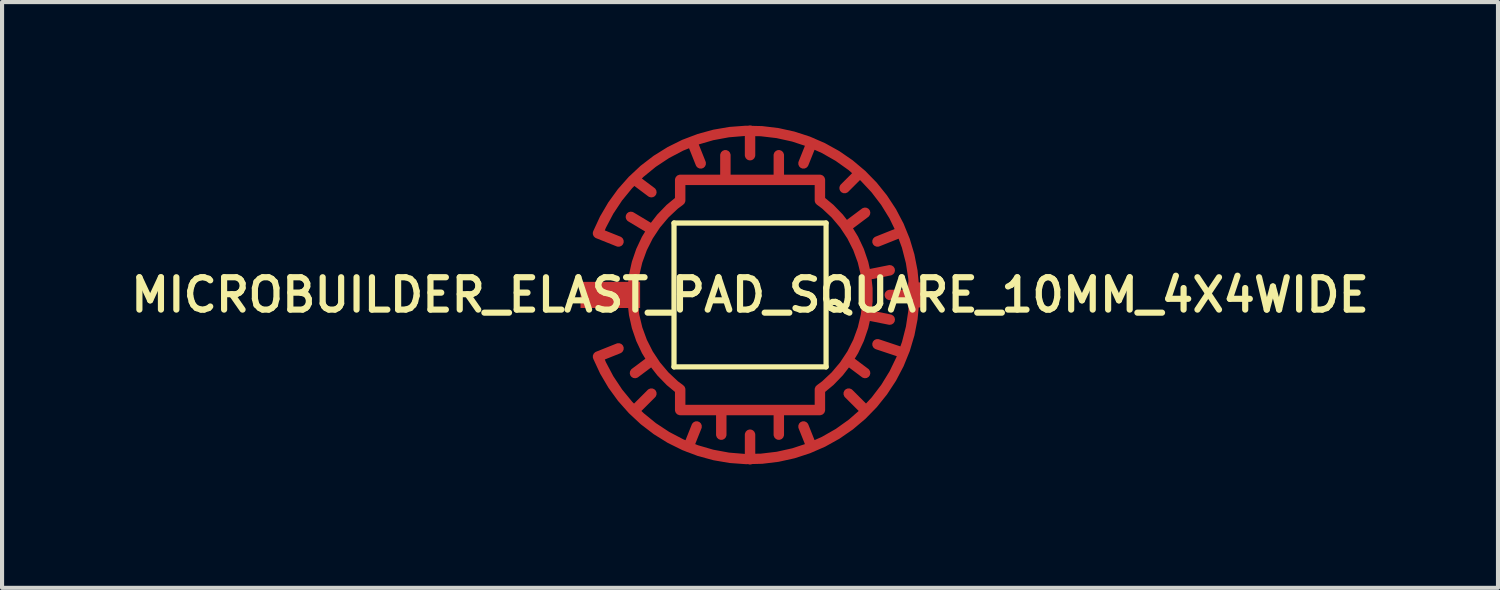
<source format=kicad_pcb>
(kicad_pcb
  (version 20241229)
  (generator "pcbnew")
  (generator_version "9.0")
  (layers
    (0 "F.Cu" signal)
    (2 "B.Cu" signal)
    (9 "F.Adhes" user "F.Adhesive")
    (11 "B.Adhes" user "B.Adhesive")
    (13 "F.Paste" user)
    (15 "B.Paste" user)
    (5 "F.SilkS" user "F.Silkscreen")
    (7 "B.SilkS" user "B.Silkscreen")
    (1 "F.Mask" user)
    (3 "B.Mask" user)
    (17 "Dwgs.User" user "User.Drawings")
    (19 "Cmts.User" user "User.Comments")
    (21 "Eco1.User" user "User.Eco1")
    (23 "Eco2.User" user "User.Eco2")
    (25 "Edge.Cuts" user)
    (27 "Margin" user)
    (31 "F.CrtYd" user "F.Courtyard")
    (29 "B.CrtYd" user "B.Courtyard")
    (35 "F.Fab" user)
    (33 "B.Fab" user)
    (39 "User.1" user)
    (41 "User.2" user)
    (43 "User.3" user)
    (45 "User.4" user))
  (footprint "MICROBUILDER_ELAST_PAD_SQUARE_10MM_4X4WIDE"
    (layer "F.Cu")
    (at 15.201 4.127)
    (property "Reference" "MICROBUILDER_ELAST_PAD_SQUARE_10MM_4X4WIDE" (at 0 0 0) (layer "F.SilkS") (effects (font (size 0.787 0.787) (thickness 0.15))))
    (attr through_hole)
    (fp_circle (center 0 0) (end 3.421 0) (stroke (width 1.4) (type solid)) (fill no) (layer "F.Mask"))
    (fp_line (start -1.85 -1.75) (end -1.85 1.75) (stroke (width 0.127) (type solid)) (layer "F.SilkS"))
    (fp_line (start -1.85 1.75) (end 1.85 1.75) (stroke (width 0.127) (type solid)) (layer "F.SilkS"))
    (fp_line (start 1.85 -1.75) (end -1.85 -1.75) (stroke (width 0.127) (type solid)) (layer "F.SilkS"))
    (fp_line (start 1.85 1.75) (end 1.85 -1.75) (stroke (width 0.127) (type solid)) (layer "F.SilkS"))
    (pad "1" smd custom (at -3.4 0) (size 1.45 0.635) (layers "F.Cu" "F.Mask") (options (anchor rect)) (primitives (gr_arc (start 1.7 2.3) (mid 0.539925 0.001547) (end 1.697513 -2.29816) (width 0.254)) (gr_line (start 1 1.6) (end 0.6 1.9) (width 0.254)) (gr_line (start 1.7 -2.3) (end 1.7 -2.8) (width 0.254)) (gr_line (start 2.8 -2.8) (end 1.7 -2.8) (width 0.254)) (gr_line (start 2.8 -2.8) (end 2.8 -3.4) (width 0.254)) (gr_line (start 4.1 -2.8) (end 2.8 -2.8) (width 0.254)) (gr_line (start 4.1 -2.8) (end 4.1 -3.4) (width 0.254)) (gr_line (start 1 -1.6) (end 0.5 -1.9) (width 0.254)) (gr_line (start 1.7 2.3) (end 1.7 2.8) (width 0.254)) (gr_line (start 2.7 2.8) (end 1.7 2.8) (width 0.254)) (gr_line (start 2.7 2.8) (end 2.7 3.4) (width 0.254)) (gr_line (start 4.1 2.8) (end 2.7 2.8) (width 0.254)) (gr_line (start 4.1 2.8) (end 4.1 3.4) (width 0.254)) (gr_line (start 5.1 2.8) (end 4.1 2.8) (width 0.254)) (gr_line (start 5.1 2.3) (end 5.1 2.8) (width 0.254)) (gr_line (start 5.1 -2.8) (end 4.1 -2.8) (width 0.254)) (gr_line (start 5.1 -2.3) (end 5.1 -2.8) (width 0.254)) (gr_arc (start 5.1 -2.3) (mid 6.260075 -0.001547) (end 5.102487 2.29816) (width 0.254)) (gr_line (start 6.3 -0.5) (end 6.8 -0.6) (width 0.254)) (gr_line (start 5.8 1.6) (end 6.2 1.9) (width 0.254)) (gr_line (start 6.3 0.5) (end 6.8 0.6) (width 0.254)) (gr_line (start 5.8 -1.7) (end 6.2 -2) (width 0.254))))
    (pad "2" smd custom (at 4 0 90) (size 0.61 0.305) (layers "F.Cu" "F.Mask") (options (anchor rect)) (primitives (gr_line (start 0 0) (end 0 -0.6) (width 0.254)) (gr_arc (start 1.5 -7.7) (mid 0.00223 -0.007544) (end -1.504132 -7.698322) (width 0.254)) (gr_line (start 2.9 -1.4) (end 2.6 -1.7) (width 0.254)) (gr_line (start -3.7 -5.5) (end -3.2 -5.3) (width 0.254)) (gr_line (start -1.5 -7.7) (end -1.3 -7.2) (width 0.254)) (gr_line (start -4 -4) (end -3.4 -4) (width 0.254)) (gr_line (start 3.7 -5.4) (end 3.2 -5.2) (width 0.254)) (gr_line (start -1.4 -0.3) (end -1.2 -0.9) (width 0.254)) (gr_line (start 1.5 -7.7) (end 1.3 -7.2) (width 0.254)) (gr_line (start -3.7 -2.5) (end -3.2 -2.7) (width 0.254)) (gr_line (start -2.8 -1.2) (end -2.4 -1.6) (width 0.254)) (gr_line (start 1.5 -0.4) (end 1.3 -0.9) (width 0.254)) (gr_line (start 3.7 -2.5) (end 3.2 -2.7) (width 0.254)) (gr_line (start 4 -4) (end 3.4 -4) (width 0.254)) (gr_line (start 2.8 -6.8) (end 2.5 -6.4) (width 0.254)) (gr_line (start -2.8 -6.8) (end -2.4 -6.4) (width 0.254)))))
  (gr_rect
    (start -3 -3)
    (end 33.401 11.254)
    (stroke (width 0.1) (type default))
    (fill no)
    (layer "Edge.Cuts")))
</source>
